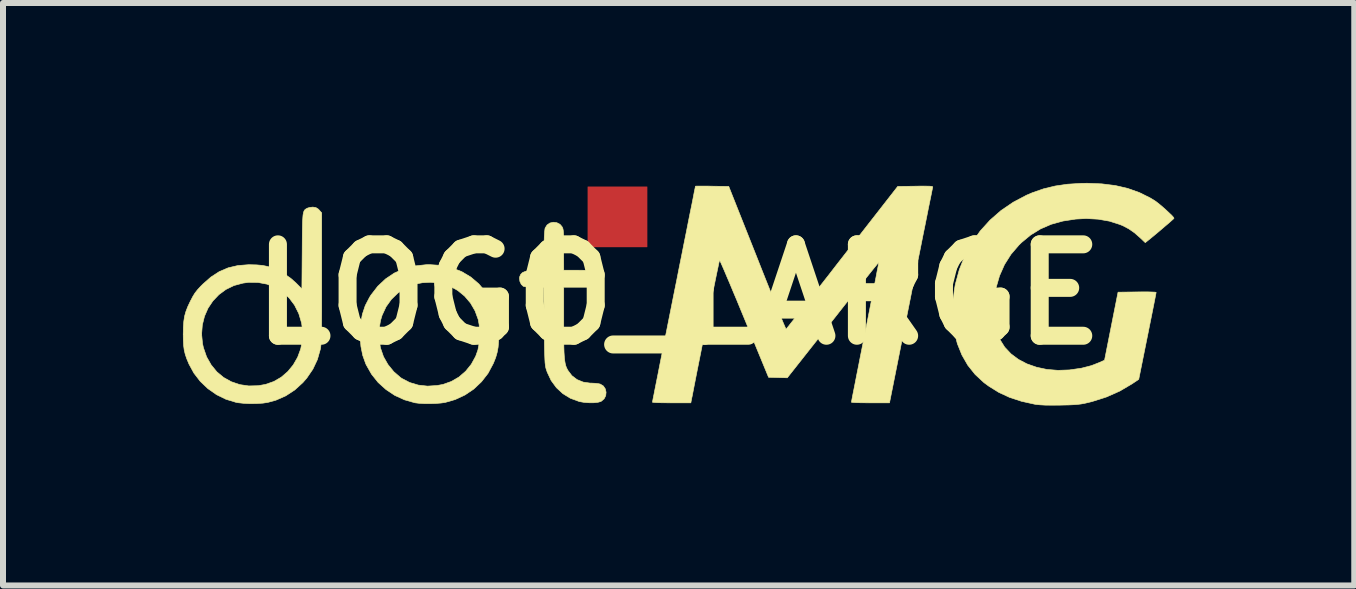
<source format=kicad_pcb>
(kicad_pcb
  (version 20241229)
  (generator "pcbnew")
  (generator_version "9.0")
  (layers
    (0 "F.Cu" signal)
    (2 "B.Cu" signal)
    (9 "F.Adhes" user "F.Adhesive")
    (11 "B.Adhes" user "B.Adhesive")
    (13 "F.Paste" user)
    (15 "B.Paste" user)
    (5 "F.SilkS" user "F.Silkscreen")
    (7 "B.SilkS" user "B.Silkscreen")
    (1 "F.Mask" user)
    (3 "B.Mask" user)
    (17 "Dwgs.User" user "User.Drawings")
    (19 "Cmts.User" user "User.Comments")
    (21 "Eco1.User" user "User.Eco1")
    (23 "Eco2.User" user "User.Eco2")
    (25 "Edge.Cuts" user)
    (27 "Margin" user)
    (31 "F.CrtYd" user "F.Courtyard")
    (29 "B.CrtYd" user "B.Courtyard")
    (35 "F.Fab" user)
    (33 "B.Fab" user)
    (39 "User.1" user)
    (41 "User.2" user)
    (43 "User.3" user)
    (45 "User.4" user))
  (footprint "LOGO_LARGE"
    (layer "F.Cu")
    (at 7.244 0.588)
    (property "Reference" "LOGO_LARGE" (at 1.016 1.27 0) (layer "F.SilkS") (effects (font (size 1.524 1.524) (thickness 0.3))))
    (attr through_hole)
    (fp_poly (pts (xy -1.012 0.074) (xy -0.959 0.101) (xy -0.926 0.139) (xy -0.916 0.157) (xy -0.909 0.177) (xy -0.904 0.205) (xy -0.9 0.245) (xy -0.898 0.3) (xy -0.897 0.374) (xy -0.897 0.472) (xy -0.897 0.527) (xy -0.896 0.867) (xy -0.657 0.867) (xy -0.54 0.868) (xy -0.45 0.874) (xy -0.383 0.884) (xy -0.336 0.902) (xy -0.306 0.927) (xy -0.29 0.962) (xy -0.284 1.007) (xy -0.284 1.02) (xy -0.296 1.075) (xy -0.323 1.111) (xy -0.363 1.15) (xy -0.896 1.15) (xy -0.896 1.732) (xy -0.896 1.896) (xy -0.895 2.033) (xy -0.894 2.145) (xy -0.891 2.238) (xy -0.886 2.312) (xy -0.88 2.371) (xy -0.872 2.419) (xy -0.862 2.459) (xy -0.85 2.492) (xy -0.834 2.523) (xy -0.828 2.535) (xy -0.761 2.624) (xy -0.675 2.69) (xy -0.572 2.732) (xy -0.455 2.749) (xy -0.433 2.749) (xy -0.373 2.752) (xy -0.319 2.758) (xy -0.287 2.765) (xy -0.235 2.797) (xy -0.203 2.845) (xy -0.19 2.901) (xy -0.196 2.959) (xy -0.223 3.011) (xy -0.27 3.051) (xy -0.277 3.055) (xy -0.326 3.069) (xy -0.395 3.076) (xy -0.475 3.076) (xy -0.557 3.07) (xy -0.632 3.057) (xy -0.642 3.054) (xy -0.784 3.002) (xy -0.91 2.925) (xy -1.018 2.825) (xy -1.106 2.705) (xy -1.172 2.565) (xy -1.191 2.508) (xy -1.197 2.484) (xy -1.202 2.452) (xy -1.207 2.411) (xy -1.21 2.357) (xy -1.213 2.287) (xy -1.216 2.199) (xy -1.218 2.09) (xy -1.219 1.957) (xy -1.221 1.796) (xy -1.221 1.789) (xy -1.227 1.15) (xy -1.384 1.15) (xy -1.453 1.149) (xy -1.512 1.145) (xy -1.555 1.139) (xy -1.571 1.134) (xy -1.604 1.102) (xy -1.627 1.053) (xy -1.634 1.001) (xy -1.631 0.978) (xy -1.613 0.936) (xy -1.583 0.906) (xy -1.535 0.886) (xy -1.467 0.874) (xy -1.381 0.869) (xy -1.225 0.864) (xy -1.224 0.54) (xy -1.223 0.411) (xy -1.22 0.307) (xy -1.215 0.228) (xy -1.209 0.178) (xy -1.206 0.164) (xy -1.174 0.113) (xy -1.127 0.08) (xy -1.07 0.067) (xy -1.012 0.074)) (stroke (width 0.01) (type solid)) (fill yes) (layer "F.SilkS"))
    (fp_poly (pts (xy -2.938 0.787) (xy -2.759 0.827) (xy -2.594 0.892) (xy -2.444 0.982) (xy -2.311 1.095) (xy -2.196 1.232) (xy -2.101 1.39) (xy -2.09 1.412) (xy -2.047 1.507) (xy -2.017 1.593) (xy -1.997 1.678) (xy -1.985 1.771) (xy -1.98 1.881) (xy -1.98 1.935) (xy -1.982 2.053) (xy -1.99 2.151) (xy -2.006 2.238) (xy -2.03 2.322) (xy -2.066 2.412) (xy -2.073 2.427) (xy -2.158 2.586) (xy -2.267 2.726) (xy -2.396 2.848) (xy -2.543 2.947) (xy -2.706 3.023) (xy -2.872 3.071) (xy -2.941 3.081) (xy -3.03 3.088) (xy -3.127 3.091) (xy -3.224 3.09) (xy -3.311 3.085) (xy -3.376 3.077) (xy -3.549 3.028) (xy -3.712 2.954) (xy -3.859 2.856) (xy -3.99 2.738) (xy -4.1 2.6) (xy -4.187 2.447) (xy -4.197 2.426) (xy -4.247 2.286) (xy -4.277 2.138) (xy -4.29 1.975) (xy -4.29 1.935) (xy -4.289 1.92) (xy -3.973 1.92) (xy -3.969 2.037) (xy -3.955 2.142) (xy -3.95 2.166) (xy -3.901 2.308) (xy -3.826 2.44) (xy -3.73 2.558) (xy -3.617 2.656) (xy -3.595 2.671) (xy -3.464 2.739) (xy -3.32 2.782) (xy -3.167 2.799) (xy -3.008 2.789) (xy -2.91 2.771) (xy -2.771 2.722) (xy -2.643 2.648) (xy -2.531 2.551) (xy -2.437 2.435) (xy -2.364 2.302) (xy -2.327 2.198) (xy -2.309 2.106) (xy -2.299 1.998) (xy -2.298 1.884) (xy -2.306 1.776) (xy -2.321 1.69) (xy -2.374 1.545) (xy -2.45 1.414) (xy -2.548 1.299) (xy -2.664 1.204) (xy -2.795 1.132) (xy -2.876 1.102) (xy -2.992 1.078) (xy -3.12 1.068) (xy -3.249 1.075) (xy -3.367 1.097) (xy -3.384 1.102) (xy -3.53 1.162) (xy -3.659 1.246) (xy -3.769 1.352) (xy -3.858 1.476) (xy -3.924 1.618) (xy -3.95 1.704) (xy -3.967 1.805) (xy -3.973 1.92) (xy -4.289 1.92) (xy -4.281 1.759) (xy -4.253 1.601) (xy -4.205 1.457) (xy -4.134 1.32) (xy -4.11 1.282) (xy -3.996 1.134) (xy -3.866 1.012) (xy -3.72 0.914) (xy -3.559 0.843) (xy -3.382 0.796) (xy -3.19 0.775) (xy -3.129 0.774) (xy -2.938 0.787)) (stroke (width 0.01) (type solid)) (fill yes) (layer "F.SilkS"))
    (fp_poly (pts (xy -5.075 -0.185) (xy -5.027 -0.177) (xy -4.99 -0.154) (xy -4.972 -0.136) (xy -4.931 -0.089) (xy -4.931 0.993) (xy -4.931 1.205) (xy -4.931 1.39) (xy -4.931 1.549) (xy -4.932 1.685) (xy -4.933 1.799) (xy -4.935 1.894) (xy -4.937 1.972) (xy -4.939 2.035) (xy -4.942 2.086) (xy -4.945 2.126) (xy -4.949 2.157) (xy -4.953 2.182) (xy -4.953 2.182) (xy -5.003 2.357) (xy -5.078 2.516) (xy -5.179 2.664) (xy -5.244 2.739) (xy -5.38 2.863) (xy -5.53 2.961) (xy -5.693 3.033) (xy -5.827 3.07) (xy -5.911 3.083) (xy -6.013 3.089) (xy -6.123 3.091) (xy -6.23 3.086) (xy -6.323 3.076) (xy -6.361 3.069) (xy -6.528 3.018) (xy -6.685 2.941) (xy -6.829 2.84) (xy -6.956 2.719) (xy -7.062 2.581) (xy -7.145 2.429) (xy -7.145 2.428) (xy -7.181 2.342) (xy -7.206 2.268) (xy -7.223 2.197) (xy -7.233 2.121) (xy -7.238 2.031) (xy -7.239 1.935) (xy -7.239 1.932) (xy -6.933 1.932) (xy -6.918 2.089) (xy -6.903 2.158) (xy -6.85 2.311) (xy -6.774 2.445) (xy -6.679 2.561) (xy -6.566 2.655) (xy -6.438 2.726) (xy -6.297 2.774) (xy -6.147 2.796) (xy -5.988 2.792) (xy -5.866 2.77) (xy -5.729 2.722) (xy -5.605 2.65) (xy -5.496 2.556) (xy -5.405 2.445) (xy -5.332 2.318) (xy -5.281 2.18) (xy -5.252 2.034) (xy -5.248 1.882) (xy -5.266 1.747) (xy -5.313 1.59) (xy -5.383 1.45) (xy -5.473 1.33) (xy -5.581 1.23) (xy -5.705 1.153) (xy -5.843 1.099) (xy -5.992 1.071) (xy -6.15 1.069) (xy -6.244 1.082) (xy -6.393 1.122) (xy -6.527 1.187) (xy -6.645 1.274) (xy -6.745 1.379) (xy -6.826 1.5) (xy -6.885 1.635) (xy -6.921 1.779) (xy -6.933 1.932) (xy -7.239 1.932) (xy -7.237 1.816) (xy -7.23 1.719) (xy -7.217 1.635) (xy -7.195 1.556) (xy -7.163 1.473) (xy -7.118 1.378) (xy -7.116 1.375) (xy -7.08 1.306) (xy -7.045 1.249) (xy -7.003 1.195) (xy -6.949 1.136) (xy -6.911 1.098) (xy -6.777 0.98) (xy -6.638 0.89) (xy -6.49 0.827) (xy -6.329 0.789) (xy -6.152 0.775) (xy -6.133 0.775) (xy -6.015 0.778) (xy -5.917 0.787) (xy -5.829 0.805) (xy -5.743 0.834) (xy -5.721 0.842) (xy -5.575 0.913) (xy -5.447 1.002) (xy -5.361 1.078) (xy -5.261 1.178) (xy -5.256 0.548) (xy -5.255 0.389) (xy -5.254 0.257) (xy -5.252 0.149) (xy -5.25 0.064) (xy -5.246 -0.003) (xy -5.242 -0.054) (xy -5.235 -0.091) (xy -5.227 -0.117) (xy -5.216 -0.136) (xy -5.203 -0.149) (xy -5.186 -0.159) (xy -5.172 -0.167) (xy -5.134 -0.179) (xy -5.085 -0.185) (xy -5.075 -0.185)) (stroke (width 0.01) (type solid)) (fill yes) (layer "F.SilkS"))
    (fp_poly (pts (xy 8.074 -0.573) (xy 8.299 -0.545) (xy 8.506 -0.497) (xy 8.698 -0.429) (xy 8.878 -0.34) (xy 8.956 -0.293) (xy 8.993 -0.266) (xy 9.041 -0.228) (xy 9.095 -0.182) (xy 9.15 -0.133) (xy 9.2 -0.086) (xy 9.242 -0.046) (xy 9.269 -0.015) (xy 9.278 -0.000215) (xy 9.268 0.012) (xy 9.238 0.039) (xy 9.193 0.079) (xy 9.136 0.127) (xy 9.073 0.181) (xy 9.007 0.237) (xy 8.941 0.292) (xy 8.88 0.342) (xy 8.834 0.379) (xy 8.799 0.407) (xy 8.714 0.326) (xy 8.618 0.242) (xy 8.526 0.178) (xy 8.426 0.125) (xy 8.374 0.104) (xy 8.202 0.049) (xy 8.014 0.016) (xy 7.815 0.005) (xy 7.64 0.014) (xy 7.426 0.047) (xy 7.231 0.101) (xy 7.053 0.178) (xy 6.889 0.279) (xy 6.736 0.405) (xy 6.693 0.447) (xy 6.56 0.602) (xy 6.452 0.773) (xy 6.369 0.96) (xy 6.311 1.161) (xy 6.279 1.376) (xy 6.272 1.531) (xy 6.274 1.654) (xy 6.284 1.755) (xy 6.303 1.845) (xy 6.334 1.933) (xy 6.376 2.023) (xy 6.455 2.149) (xy 6.559 2.26) (xy 6.683 2.353) (xy 6.826 2.428) (xy 6.986 2.484) (xy 7.159 2.521) (xy 7.343 2.536) (xy 7.537 2.529) (xy 7.549 2.527) (xy 7.736 2.5) (xy 7.902 2.457) (xy 8.027 2.408) (xy 8.12 2.367) (xy 8.345 1.233) (xy 8.662 1.229) (xy 8.756 1.228) (xy 8.839 1.228) (xy 8.906 1.23) (xy 8.954 1.232) (xy 8.978 1.235) (xy 8.98 1.236) (xy 8.977 1.253) (xy 8.969 1.296) (xy 8.956 1.362) (xy 8.939 1.449) (xy 8.918 1.554) (xy 8.894 1.674) (xy 8.867 1.807) (xy 8.839 1.948) (xy 8.835 1.967) (xy 8.69 2.686) (xy 8.577 2.762) (xy 8.373 2.882) (xy 8.152 2.98) (xy 7.91 3.057) (xy 7.844 3.073) (xy 7.784 3.087) (xy 7.728 3.097) (xy 7.67 3.104) (xy 7.603 3.109) (xy 7.521 3.113) (xy 7.417 3.115) (xy 7.381 3.116) (xy 7.244 3.117) (xy 7.133 3.116) (xy 7.044 3.111) (xy 6.974 3.104) (xy 6.957 3.101) (xy 6.736 3.052) (xy 6.537 2.987) (xy 6.356 2.903) (xy 6.189 2.799) (xy 6.109 2.74) (xy 5.964 2.606) (xy 5.841 2.452) (xy 5.742 2.28) (xy 5.666 2.091) (xy 5.613 1.884) (xy 5.609 1.857) (xy 5.596 1.747) (xy 5.59 1.618) (xy 5.592 1.478) (xy 5.6 1.336) (xy 5.615 1.203) (xy 5.632 1.103) (xy 5.699 0.857) (xy 5.791 0.626) (xy 5.908 0.411) (xy 6.048 0.212) (xy 6.211 0.032) (xy 6.394 -0.128) (xy 6.598 -0.267) (xy 6.82 -0.384) (xy 6.916 -0.425) (xy 7.103 -0.49) (xy 7.297 -0.537) (xy 7.502 -0.567) (xy 7.725 -0.581) (xy 7.829 -0.583) (xy 8.074 -0.573)) (stroke (width 0.01) (type solid)) (fill yes) (layer "F.SilkS"))
    (fp_poly (pts (xy 1.489 -0.536) (xy 1.577 -0.534) (xy 1.577 -0.534) (xy 1.855 -0.53) (xy 2.328 0.661) (xy 2.399 0.841) (xy 2.467 1.012) (xy 2.531 1.172) (xy 2.591 1.321) (xy 2.646 1.455) (xy 2.694 1.573) (xy 2.734 1.672) (xy 2.767 1.752) (xy 2.792 1.809) (xy 2.806 1.842) (xy 2.811 1.849) (xy 2.821 1.837) (xy 2.849 1.803) (xy 2.892 1.748) (xy 2.95 1.675) (xy 3.022 1.584) (xy 3.105 1.478) (xy 3.2 1.358) (xy 3.304 1.225) (xy 3.416 1.081) (xy 3.536 0.928) (xy 3.661 0.766) (xy 3.746 0.657) (xy 4.672 -0.53) (xy 4.967 -0.534) (xy 5.072 -0.536) (xy 5.149 -0.535) (xy 5.203 -0.534) (xy 5.237 -0.531) (xy 5.253 -0.526) (xy 5.256 -0.52) (xy 5.252 -0.503) (xy 5.243 -0.458) (xy 5.229 -0.388) (xy 5.21 -0.295) (xy 5.186 -0.178) (xy 5.159 -0.042) (xy 5.128 0.113) (xy 5.093 0.284) (xy 5.056 0.471) (xy 5.016 0.67) (xy 4.974 0.881) (xy 4.929 1.101) (xy 4.892 1.289) (xy 4.535 3.078) (xy 4.217 3.078) (xy 4.123 3.077) (xy 4.041 3.076) (xy 3.973 3.074) (xy 3.925 3.071) (xy 3.902 3.068) (xy 3.9 3.067) (xy 3.903 3.051) (xy 3.911 3.007) (xy 3.924 2.939) (xy 3.942 2.849) (xy 3.964 2.738) (xy 3.989 2.609) (xy 4.018 2.464) (xy 4.049 2.305) (xy 4.083 2.135) (xy 4.118 1.956) (xy 4.13 1.898) (xy 4.166 1.716) (xy 4.2 1.543) (xy 4.232 1.381) (xy 4.261 1.232) (xy 4.287 1.099) (xy 4.31 0.982) (xy 4.328 0.886) (xy 4.343 0.811) (xy 4.352 0.761) (xy 4.356 0.737) (xy 4.356 0.735) (xy 4.346 0.746) (xy 4.32 0.779) (xy 4.277 0.831) (xy 4.22 0.902) (xy 4.15 0.99) (xy 4.069 1.092) (xy 3.977 1.208) (xy 3.877 1.334) (xy 3.769 1.471) (xy 3.655 1.616) (xy 3.592 1.696) (xy 2.831 2.66) (xy 2.675 2.656) (xy 2.519 2.652) (xy 2.115 1.671) (xy 2.048 1.509) (xy 1.985 1.356) (xy 1.925 1.214) (xy 1.871 1.084) (xy 1.822 0.97) (xy 1.781 0.873) (xy 1.747 0.795) (xy 1.722 0.739) (xy 1.707 0.707) (xy 1.702 0.7) (xy 1.698 0.715) (xy 1.688 0.758) (xy 1.674 0.826) (xy 1.655 0.916) (xy 1.632 1.027) (xy 1.606 1.156) (xy 1.577 1.302) (xy 1.544 1.461) (xy 1.51 1.632) (xy 1.474 1.812) (xy 1.436 1.999) (xy 1.398 2.192) (xy 1.359 2.387) (xy 1.32 2.583) (xy 1.282 2.777) (xy 1.245 2.968) (xy 1.238 2.999) (xy 1.223 3.078) (xy 0.903 3.078) (xy 0.809 3.077) (xy 0.725 3.076) (xy 0.658 3.074) (xy 0.609 3.071) (xy 0.585 3.068) (xy 0.583 3.067) (xy 0.586 3.051) (xy 0.594 3.007) (xy 0.608 2.938) (xy 0.626 2.845) (xy 0.649 2.73) (xy 0.676 2.595) (xy 0.706 2.441) (xy 0.74 2.27) (xy 0.777 2.084) (xy 0.817 1.885) (xy 0.859 1.674) (xy 0.903 1.454) (xy 0.941 1.263) (xy 0.987 1.036) (xy 1.03 0.817) (xy 1.072 0.609) (xy 1.111 0.412) (xy 1.148 0.229) (xy 1.181 0.061) (xy 1.211 -0.089) (xy 1.238 -0.221) (xy 1.26 -0.332) (xy 1.277 -0.421) (xy 1.29 -0.485) (xy 1.298 -0.523) (xy 1.3 -0.534) (xy 1.314 -0.535) (xy 1.353 -0.536) (xy 1.413 -0.536) (xy 1.489 -0.536)) (stroke (width 0.01) (type solid)) (fill yes) (layer "F.SilkS"))
    (pad "1" smd custom (at 0 0) (size 0.5 0.5) (layers "F.Cu" "F.Mask") (options (anchor circle)) (primitives (gr_poly (pts (xy 0.493 0.478) (xy -0.493 0.478) (xy -0.493 -0.523) (xy 0.493 -0.523) (xy 0.493 0.478)) (width 0.01) (fill yes)))))
  (gr_rect
    (start -3 -3)
    (end 19.527 6.71)
    (stroke (width 0.1) (type default))
    (fill no)
    (layer "Edge.Cuts")))
</source>
